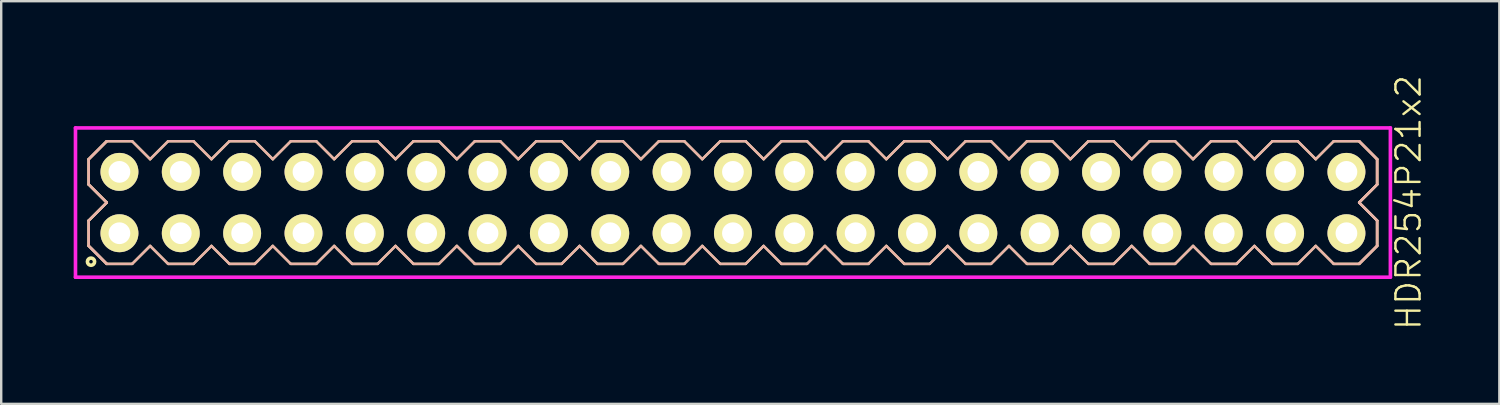
<source format=kicad_pcb>
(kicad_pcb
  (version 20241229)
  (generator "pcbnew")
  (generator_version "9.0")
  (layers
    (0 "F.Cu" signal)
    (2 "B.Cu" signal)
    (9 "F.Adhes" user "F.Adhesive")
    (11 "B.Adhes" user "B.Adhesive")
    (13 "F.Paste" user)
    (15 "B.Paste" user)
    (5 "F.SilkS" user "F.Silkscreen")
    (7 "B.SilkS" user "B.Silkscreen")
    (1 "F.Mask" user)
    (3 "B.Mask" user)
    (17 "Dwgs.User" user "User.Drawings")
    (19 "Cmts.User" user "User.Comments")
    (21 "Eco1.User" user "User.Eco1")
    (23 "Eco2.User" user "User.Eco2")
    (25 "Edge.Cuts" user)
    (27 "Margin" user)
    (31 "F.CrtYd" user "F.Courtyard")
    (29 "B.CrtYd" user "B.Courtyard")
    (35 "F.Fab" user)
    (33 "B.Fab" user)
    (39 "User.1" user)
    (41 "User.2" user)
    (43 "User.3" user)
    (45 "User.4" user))
  (footprint "HDR254P21x2"
    (layer "F.Cu")
    (at 27.295 5.336)
    (property "Reference" "HDR254P21x2" (at 27.97 0 90) (layer "F.SilkS") (effects (font (size 1 1) (thickness 0.1))))
    (attr through_hole)
    (fp_line (start -26.67 -1.796) (end -25.926 -2.54) (stroke (width 0.1) (type solid)) (layer "F.SilkS"))
    (fp_line (start -26.67 -1.796) (end -25.926 -2.54) (stroke (width 0.1) (type solid)) (layer "F.SilkS"))
    (fp_line (start -26.67 -0.744) (end -26.67 -1.796) (stroke (width 0.1) (type solid)) (layer "F.SilkS"))
    (fp_line (start -26.67 -0.744) (end -26.67 -1.796) (stroke (width 0.1) (type solid)) (layer "F.SilkS"))
    (fp_line (start -26.67 0.744) (end -25.926 0) (stroke (width 0.1) (type solid)) (layer "F.SilkS"))
    (fp_line (start -26.67 0.744) (end -25.926 0) (stroke (width 0.1) (type solid)) (layer "F.SilkS"))
    (fp_line (start -26.67 1.796) (end -26.67 0.744) (stroke (width 0.1) (type solid)) (layer "F.SilkS"))
    (fp_line (start -26.67 1.796) (end -26.67 0.744) (stroke (width 0.1) (type solid)) (layer "F.SilkS"))
    (fp_line (start -25.926 -2.54) (end -24.874 -2.54) (stroke (width 0.1) (type solid)) (layer "F.SilkS"))
    (fp_line (start -25.926 0) (end -26.67 -0.744) (stroke (width 0.1) (type solid)) (layer "F.SilkS"))
    (fp_line (start -25.926 0) (end -26.67 -0.744) (stroke (width 0.1) (type solid)) (layer "F.SilkS"))
    (fp_line (start -25.926 2.54) (end -26.67 1.796) (stroke (width 0.1) (type solid)) (layer "F.SilkS"))
    (fp_line (start -25.926 2.54) (end -26.67 1.796) (stroke (width 0.1) (type solid)) (layer "F.SilkS"))
    (fp_line (start -24.874 -2.54) (end -24.13 -1.796) (stroke (width 0.1) (type solid)) (layer "F.SilkS"))
    (fp_line (start -24.874 2.54) (end -25.926 2.54) (stroke (width 0.1) (type solid)) (layer "F.SilkS"))
    (fp_line (start -24.13 -1.796) (end -23.386 -2.54) (stroke (width 0.1) (type solid)) (layer "F.SilkS"))
    (fp_line (start -24.13 1.796) (end -24.874 2.54) (stroke (width 0.1) (type solid)) (layer "F.SilkS"))
    (fp_line (start -23.386 -2.54) (end -22.334 -2.54) (stroke (width 0.1) (type solid)) (layer "F.SilkS"))
    (fp_line (start -23.386 2.54) (end -24.13 1.796) (stroke (width 0.1) (type solid)) (layer "F.SilkS"))
    (fp_line (start -22.334 -2.54) (end -21.59 -1.796) (stroke (width 0.1) (type solid)) (layer "F.SilkS"))
    (fp_line (start -22.334 2.54) (end -23.386 2.54) (stroke (width 0.1) (type solid)) (layer "F.SilkS"))
    (fp_line (start -21.59 -1.796) (end -20.846 -2.54) (stroke (width 0.1) (type solid)) (layer "F.SilkS"))
    (fp_line (start -21.59 1.796) (end -22.334 2.54) (stroke (width 0.1) (type solid)) (layer "F.SilkS"))
    (fp_line (start -20.846 -2.54) (end -19.794 -2.54) (stroke (width 0.1) (type solid)) (layer "F.SilkS"))
    (fp_line (start -20.846 2.54) (end -21.59 1.796) (stroke (width 0.1) (type solid)) (layer "F.SilkS"))
    (fp_line (start -19.794 -2.54) (end -19.05 -1.796) (stroke (width 0.1) (type solid)) (layer "F.SilkS"))
    (fp_line (start -19.794 2.54) (end -20.846 2.54) (stroke (width 0.1) (type solid)) (layer "F.SilkS"))
    (fp_line (start -19.05 -1.796) (end -18.306 -2.54) (stroke (width 0.1) (type solid)) (layer "F.SilkS"))
    (fp_line (start -19.05 1.796) (end -19.794 2.54) (stroke (width 0.1) (type solid)) (layer "F.SilkS"))
    (fp_line (start -18.306 -2.54) (end -17.254 -2.54) (stroke (width 0.1) (type solid)) (layer "F.SilkS"))
    (fp_line (start -18.306 2.54) (end -19.05 1.796) (stroke (width 0.1) (type solid)) (layer "F.SilkS"))
    (fp_line (start -17.254 -2.54) (end -16.51 -1.796) (stroke (width 0.1) (type solid)) (layer "F.SilkS"))
    (fp_line (start -17.254 2.54) (end -18.306 2.54) (stroke (width 0.1) (type solid)) (layer "F.SilkS"))
    (fp_line (start -16.51 -1.796) (end -15.766 -2.54) (stroke (width 0.1) (type solid)) (layer "F.SilkS"))
    (fp_line (start -16.51 1.796) (end -17.254 2.54) (stroke (width 0.1) (type solid)) (layer "F.SilkS"))
    (fp_line (start -15.766 -2.54) (end -14.714 -2.54) (stroke (width 0.1) (type solid)) (layer "F.SilkS"))
    (fp_line (start -15.766 2.54) (end -16.51 1.796) (stroke (width 0.1) (type solid)) (layer "F.SilkS"))
    (fp_line (start -14.714 -2.54) (end -13.97 -1.796) (stroke (width 0.1) (type solid)) (layer "F.SilkS"))
    (fp_line (start -14.714 2.54) (end -15.766 2.54) (stroke (width 0.1) (type solid)) (layer "F.SilkS"))
    (fp_line (start -13.97 -1.796) (end -13.226 -2.54) (stroke (width 0.1) (type solid)) (layer "F.SilkS"))
    (fp_line (start -13.97 1.796) (end -14.714 2.54) (stroke (width 0.1) (type solid)) (layer "F.SilkS"))
    (fp_line (start -13.226 -2.54) (end -12.174 -2.54) (stroke (width 0.1) (type solid)) (layer "F.SilkS"))
    (fp_line (start -13.226 2.54) (end -13.97 1.796) (stroke (width 0.1) (type solid)) (layer "F.SilkS"))
    (fp_line (start -12.174 -2.54) (end -11.43 -1.796) (stroke (width 0.1) (type solid)) (layer "F.SilkS"))
    (fp_line (start -12.174 2.54) (end -13.226 2.54) (stroke (width 0.1) (type solid)) (layer "F.SilkS"))
    (fp_line (start -11.43 -1.796) (end -10.686 -2.54) (stroke (width 0.1) (type solid)) (layer "F.SilkS"))
    (fp_line (start -11.43 1.796) (end -12.174 2.54) (stroke (width 0.1) (type solid)) (layer "F.SilkS"))
    (fp_line (start -10.686 -2.54) (end -9.634 -2.54) (stroke (width 0.1) (type solid)) (layer "F.SilkS"))
    (fp_line (start -10.686 2.54) (end -11.43 1.796) (stroke (width 0.1) (type solid)) (layer "F.SilkS"))
    (fp_line (start -9.634 -2.54) (end -8.89 -1.796) (stroke (width 0.1) (type solid)) (layer "F.SilkS"))
    (fp_line (start -9.634 2.54) (end -10.686 2.54) (stroke (width 0.1) (type solid)) (layer "F.SilkS"))
    (fp_line (start -8.89 -1.796) (end -8.146 -2.54) (stroke (width 0.1) (type solid)) (layer "F.SilkS"))
    (fp_line (start -8.89 1.796) (end -9.634 2.54) (stroke (width 0.1) (type solid)) (layer "F.SilkS"))
    (fp_line (start -8.146 -2.54) (end -7.094 -2.54) (stroke (width 0.1) (type solid)) (layer "F.SilkS"))
    (fp_line (start -8.146 2.54) (end -8.89 1.796) (stroke (width 0.1) (type solid)) (layer "F.SilkS"))
    (fp_line (start -7.094 -2.54) (end -6.35 -1.796) (stroke (width 0.1) (type solid)) (layer "F.SilkS"))
    (fp_line (start -7.094 2.54) (end -8.146 2.54) (stroke (width 0.1) (type solid)) (layer "F.SilkS"))
    (fp_line (start -6.35 -1.796) (end -5.606 -2.54) (stroke (width 0.1) (type solid)) (layer "F.SilkS"))
    (fp_line (start -6.35 1.796) (end -7.094 2.54) (stroke (width 0.1) (type solid)) (layer "F.SilkS"))
    (fp_line (start -5.606 -2.54) (end -4.554 -2.54) (stroke (width 0.1) (type solid)) (layer "F.SilkS"))
    (fp_line (start -5.606 2.54) (end -6.35 1.796) (stroke (width 0.1) (type solid)) (layer "F.SilkS"))
    (fp_line (start -4.554 -2.54) (end -3.81 -1.796) (stroke (width 0.1) (type solid)) (layer "F.SilkS"))
    (fp_line (start -4.554 2.54) (end -5.606 2.54) (stroke (width 0.1) (type solid)) (layer "F.SilkS"))
    (fp_line (start -3.81 -1.796) (end -3.066 -2.54) (stroke (width 0.1) (type solid)) (layer "F.SilkS"))
    (fp_line (start -3.81 1.796) (end -4.554 2.54) (stroke (width 0.1) (type solid)) (layer "F.SilkS"))
    (fp_line (start -3.066 -2.54) (end -2.014 -2.54) (stroke (width 0.1) (type solid)) (layer "F.SilkS"))
    (fp_line (start -3.066 2.54) (end -3.81 1.796) (stroke (width 0.1) (type solid)) (layer "F.SilkS"))
    (fp_line (start -2.014 -2.54) (end -1.27 -1.796) (stroke (width 0.1) (type solid)) (layer "F.SilkS"))
    (fp_line (start -2.014 2.54) (end -3.066 2.54) (stroke (width 0.1) (type solid)) (layer "F.SilkS"))
    (fp_line (start -1.27 -1.796) (end -0.526 -2.54) (stroke (width 0.1) (type solid)) (layer "F.SilkS"))
    (fp_line (start -1.27 1.796) (end -2.014 2.54) (stroke (width 0.1) (type solid)) (layer "F.SilkS"))
    (fp_line (start -0.526 -2.54) (end 0.526 -2.54) (stroke (width 0.1) (type solid)) (layer "F.SilkS"))
    (fp_line (start -0.526 2.54) (end -1.27 1.796) (stroke (width 0.1) (type solid)) (layer "F.SilkS"))
    (fp_line (start 0.526 -2.54) (end 1.27 -1.796) (stroke (width 0.1) (type solid)) (layer "F.SilkS"))
    (fp_line (start 0.526 2.54) (end -0.526 2.54) (stroke (width 0.1) (type solid)) (layer "F.SilkS"))
    (fp_line (start 1.27 -1.796) (end 2.014 -2.54) (stroke (width 0.1) (type solid)) (layer "F.SilkS"))
    (fp_line (start 1.27 1.796) (end 0.526 2.54) (stroke (width 0.1) (type solid)) (layer "F.SilkS"))
    (fp_line (start 2.014 -2.54) (end 3.066 -2.54) (stroke (width 0.1) (type solid)) (layer "F.SilkS"))
    (fp_line (start 2.014 2.54) (end 1.27 1.796) (stroke (width 0.1) (type solid)) (layer "F.SilkS"))
    (fp_line (start 3.066 -2.54) (end 3.81 -1.796) (stroke (width 0.1) (type solid)) (layer "F.SilkS"))
    (fp_line (start 3.066 2.54) (end 2.014 2.54) (stroke (width 0.1) (type solid)) (layer "F.SilkS"))
    (fp_line (start 3.81 -1.796) (end 4.554 -2.54) (stroke (width 0.1) (type solid)) (layer "F.SilkS"))
    (fp_line (start 3.81 1.796) (end 3.066 2.54) (stroke (width 0.1) (type solid)) (layer "F.SilkS"))
    (fp_line (start 4.554 -2.54) (end 5.606 -2.54) (stroke (width 0.1) (type solid)) (layer "F.SilkS"))
    (fp_line (start 4.554 2.54) (end 3.81 1.796) (stroke (width 0.1) (type solid)) (layer "F.SilkS"))
    (fp_line (start 5.606 -2.54) (end 6.35 -1.796) (stroke (width 0.1) (type solid)) (layer "F.SilkS"))
    (fp_line (start 5.606 2.54) (end 4.554 2.54) (stroke (width 0.1) (type solid)) (layer "F.SilkS"))
    (fp_line (start 6.35 -1.796) (end 7.094 -2.54) (stroke (width 0.1) (type solid)) (layer "F.SilkS"))
    (fp_line (start 6.35 1.796) (end 5.606 2.54) (stroke (width 0.1) (type solid)) (layer "F.SilkS"))
    (fp_line (start 7.094 -2.54) (end 8.146 -2.54) (stroke (width 0.1) (type solid)) (layer "F.SilkS"))
    (fp_line (start 7.094 2.54) (end 6.35 1.796) (stroke (width 0.1) (type solid)) (layer "F.SilkS"))
    (fp_line (start 8.146 -2.54) (end 8.89 -1.796) (stroke (width 0.1) (type solid)) (layer "F.SilkS"))
    (fp_line (start 8.146 2.54) (end 7.094 2.54) (stroke (width 0.1) (type solid)) (layer "F.SilkS"))
    (fp_line (start 8.89 -1.796) (end 9.634 -2.54) (stroke (width 0.1) (type solid)) (layer "F.SilkS"))
    (fp_line (start 8.89 1.796) (end 8.146 2.54) (stroke (width 0.1) (type solid)) (layer "F.SilkS"))
    (fp_line (start 9.634 -2.54) (end 10.686 -2.54) (stroke (width 0.1) (type solid)) (layer "F.SilkS"))
    (fp_line (start 9.634 2.54) (end 8.89 1.796) (stroke (width 0.1) (type solid)) (layer "F.SilkS"))
    (fp_line (start 10.686 -2.54) (end 11.43 -1.796) (stroke (width 0.1) (type solid)) (layer "F.SilkS"))
    (fp_line (start 10.686 2.54) (end 9.634 2.54) (stroke (width 0.1) (type solid)) (layer "F.SilkS"))
    (fp_line (start 11.43 -1.796) (end 12.174 -2.54) (stroke (width 0.1) (type solid)) (layer "F.SilkS"))
    (fp_line (start 11.43 1.796) (end 10.686 2.54) (stroke (width 0.1) (type solid)) (layer "F.SilkS"))
    (fp_line (start 12.174 -2.54) (end 13.226 -2.54) (stroke (width 0.1) (type solid)) (layer "F.SilkS"))
    (fp_line (start 12.174 2.54) (end 11.43 1.796) (stroke (width 0.1) (type solid)) (layer "F.SilkS"))
    (fp_line (start 13.226 -2.54) (end 13.97 -1.796) (stroke (width 0.1) (type solid)) (layer "F.SilkS"))
    (fp_line (start 13.226 2.54) (end 12.174 2.54) (stroke (width 0.1) (type solid)) (layer "F.SilkS"))
    (fp_line (start 13.97 -1.796) (end 14.714 -2.54) (stroke (width 0.1) (type solid)) (layer "F.SilkS"))
    (fp_line (start 13.97 1.796) (end 13.226 2.54) (stroke (width 0.1) (type solid)) (layer "F.SilkS"))
    (fp_line (start 14.714 -2.54) (end 15.766 -2.54) (stroke (width 0.1) (type solid)) (layer "F.SilkS"))
    (fp_line (start 14.714 2.54) (end 13.97 1.796) (stroke (width 0.1) (type solid)) (layer "F.SilkS"))
    (fp_line (start 15.766 -2.54) (end 16.51 -1.796) (stroke (width 0.1) (type solid)) (layer "F.SilkS"))
    (fp_line (start 15.766 2.54) (end 14.714 2.54) (stroke (width 0.1) (type solid)) (layer "F.SilkS"))
    (fp_line (start 16.51 -1.796) (end 17.254 -2.54) (stroke (width 0.1) (type solid)) (layer "F.SilkS"))
    (fp_line (start 16.51 1.796) (end 15.766 2.54) (stroke (width 0.1) (type solid)) (layer "F.SilkS"))
    (fp_line (start 17.254 -2.54) (end 18.306 -2.54) (stroke (width 0.1) (type solid)) (layer "F.SilkS"))
    (fp_line (start 17.254 2.54) (end 16.51 1.796) (stroke (width 0.1) (type solid)) (layer "F.SilkS"))
    (fp_line (start 18.306 -2.54) (end 19.05 -1.796) (stroke (width 0.1) (type solid)) (layer "F.SilkS"))
    (fp_line (start 18.306 2.54) (end 17.254 2.54) (stroke (width 0.1) (type solid)) (layer "F.SilkS"))
    (fp_line (start 19.05 -1.796) (end 19.794 -2.54) (stroke (width 0.1) (type solid)) (layer "F.SilkS"))
    (fp_line (start 19.05 1.796) (end 18.306 2.54) (stroke (width 0.1) (type solid)) (layer "F.SilkS"))
    (fp_line (start 19.794 -2.54) (end 20.846 -2.54) (stroke (width 0.1) (type solid)) (layer "F.SilkS"))
    (fp_line (start 19.794 2.54) (end 19.05 1.796) (stroke (width 0.1) (type solid)) (layer "F.SilkS"))
    (fp_line (start 20.846 -2.54) (end 21.59 -1.796) (stroke (width 0.1) (type solid)) (layer "F.SilkS"))
    (fp_line (start 20.846 2.54) (end 19.794 2.54) (stroke (width 0.1) (type solid)) (layer "F.SilkS"))
    (fp_line (start 21.59 -1.796) (end 22.334 -2.54) (stroke (width 0.1) (type solid)) (layer "F.SilkS"))
    (fp_line (start 21.59 1.796) (end 20.846 2.54) (stroke (width 0.1) (type solid)) (layer "F.SilkS"))
    (fp_line (start 22.334 -2.54) (end 23.386 -2.54) (stroke (width 0.1) (type solid)) (layer "F.SilkS"))
    (fp_line (start 22.334 2.54) (end 21.59 1.796) (stroke (width 0.1) (type solid)) (layer "F.SilkS"))
    (fp_line (start 23.386 -2.54) (end 24.13 -1.796) (stroke (width 0.1) (type solid)) (layer "F.SilkS"))
    (fp_line (start 23.386 2.54) (end 22.334 2.54) (stroke (width 0.1) (type solid)) (layer "F.SilkS"))
    (fp_line (start 24.13 -1.796) (end 24.874 -2.54) (stroke (width 0.1) (type solid)) (layer "F.SilkS"))
    (fp_line (start 24.13 1.796) (end 23.386 2.54) (stroke (width 0.1) (type solid)) (layer "F.SilkS"))
    (fp_line (start 24.874 -2.54) (end 25.926 -2.54) (stroke (width 0.1) (type solid)) (layer "F.SilkS"))
    (fp_line (start 24.874 2.54) (end 24.13 1.796) (stroke (width 0.1) (type solid)) (layer "F.SilkS"))
    (fp_line (start 25.926 -2.54) (end 26.67 -1.796) (stroke (width 0.1) (type solid)) (layer "F.SilkS"))
    (fp_line (start 25.926 -2.54) (end 26.67 -1.796) (stroke (width 0.1) (type solid)) (layer "F.SilkS"))
    (fp_line (start 25.926 0) (end 26.67 0.744) (stroke (width 0.1) (type solid)) (layer "F.SilkS"))
    (fp_line (start 25.926 0) (end 26.67 0.744) (stroke (width 0.1) (type solid)) (layer "F.SilkS"))
    (fp_line (start 25.926 2.54) (end 24.874 2.54) (stroke (width 0.1) (type solid)) (layer "F.SilkS"))
    (fp_line (start 26.67 -1.796) (end 26.67 -0.744) (stroke (width 0.1) (type solid)) (layer "F.SilkS"))
    (fp_line (start 26.67 -1.796) (end 26.67 -0.744) (stroke (width 0.1) (type solid)) (layer "F.SilkS"))
    (fp_line (start 26.67 -0.744) (end 25.926 0) (stroke (width 0.1) (type solid)) (layer "F.SilkS"))
    (fp_line (start 26.67 -0.744) (end 25.926 0) (stroke (width 0.1) (type solid)) (layer "F.SilkS"))
    (fp_line (start 26.67 0.744) (end 26.67 1.796) (stroke (width 0.1) (type solid)) (layer "F.SilkS"))
    (fp_line (start 26.67 0.744) (end 26.67 1.796) (stroke (width 0.1) (type solid)) (layer "F.SilkS"))
    (fp_line (start 26.67 1.796) (end 25.926 2.54) (stroke (width 0.1) (type solid)) (layer "F.SilkS"))
    (fp_line (start 26.67 1.796) (end 25.926 2.54) (stroke (width 0.1) (type solid)) (layer "F.SilkS"))
    (fp_circle (center -26.577 2.448) (end -26.428 2.448) (stroke (width 0.15) (type solid)) (fill no) (layer "F.SilkS"))
    (fp_line (start -26.67 -1.796) (end -25.926 -2.54) (stroke (width 0.1) (type solid)) (layer "B.SilkS"))
    (fp_line (start -26.67 -1.796) (end -25.926 -2.54) (stroke (width 0.1) (type solid)) (layer "B.SilkS"))
    (fp_line (start -26.67 -0.744) (end -26.67 -1.796) (stroke (width 0.1) (type solid)) (layer "B.SilkS"))
    (fp_line (start -26.67 -0.744) (end -26.67 -1.796) (stroke (width 0.1) (type solid)) (layer "B.SilkS"))
    (fp_line (start -26.67 0.744) (end -25.926 0) (stroke (width 0.1) (type solid)) (layer "B.SilkS"))
    (fp_line (start -26.67 0.744) (end -25.926 0) (stroke (width 0.1) (type solid)) (layer "B.SilkS"))
    (fp_line (start -26.67 1.796) (end -26.67 0.744) (stroke (width 0.1) (type solid)) (layer "B.SilkS"))
    (fp_line (start -26.67 1.796) (end -26.67 0.744) (stroke (width 0.1) (type solid)) (layer "B.SilkS"))
    (fp_line (start -25.926 -2.54) (end -24.874 -2.54) (stroke (width 0.1) (type solid)) (layer "B.SilkS"))
    (fp_line (start -25.926 0) (end -26.67 -0.744) (stroke (width 0.1) (type solid)) (layer "B.SilkS"))
    (fp_line (start -25.926 0) (end -26.67 -0.744) (stroke (width 0.1) (type solid)) (layer "B.SilkS"))
    (fp_line (start -25.926 2.54) (end -26.67 1.796) (stroke (width 0.1) (type solid)) (layer "B.SilkS"))
    (fp_line (start -25.926 2.54) (end -26.67 1.796) (stroke (width 0.1) (type solid)) (layer "B.SilkS"))
    (fp_line (start -24.874 -2.54) (end -24.13 -1.796) (stroke (width 0.1) (type solid)) (layer "B.SilkS"))
    (fp_line (start -24.874 2.54) (end -25.926 2.54) (stroke (width 0.1) (type solid)) (layer "B.SilkS"))
    (fp_line (start -24.13 -1.796) (end -23.386 -2.54) (stroke (width 0.1) (type solid)) (layer "B.SilkS"))
    (fp_line (start -24.13 1.796) (end -24.874 2.54) (stroke (width 0.1) (type solid)) (layer "B.SilkS"))
    (fp_line (start -23.386 -2.54) (end -22.334 -2.54) (stroke (width 0.1) (type solid)) (layer "B.SilkS"))
    (fp_line (start -23.386 2.54) (end -24.13 1.796) (stroke (width 0.1) (type solid)) (layer "B.SilkS"))
    (fp_line (start -22.334 -2.54) (end -21.59 -1.796) (stroke (width 0.1) (type solid)) (layer "B.SilkS"))
    (fp_line (start -22.334 2.54) (end -23.386 2.54) (stroke (width 0.1) (type solid)) (layer "B.SilkS"))
    (fp_line (start -21.59 -1.796) (end -20.846 -2.54) (stroke (width 0.1) (type solid)) (layer "B.SilkS"))
    (fp_line (start -21.59 1.796) (end -22.334 2.54) (stroke (width 0.1) (type solid)) (layer "B.SilkS"))
    (fp_line (start -20.846 -2.54) (end -19.794 -2.54) (stroke (width 0.1) (type solid)) (layer "B.SilkS"))
    (fp_line (start -20.846 2.54) (end -21.59 1.796) (stroke (width 0.1) (type solid)) (layer "B.SilkS"))
    (fp_line (start -19.794 -2.54) (end -19.05 -1.796) (stroke (width 0.1) (type solid)) (layer "B.SilkS"))
    (fp_line (start -19.794 2.54) (end -20.846 2.54) (stroke (width 0.1) (type solid)) (layer "B.SilkS"))
    (fp_line (start -19.05 -1.796) (end -18.306 -2.54) (stroke (width 0.1) (type solid)) (layer "B.SilkS"))
    (fp_line (start -19.05 1.796) (end -19.794 2.54) (stroke (width 0.1) (type solid)) (layer "B.SilkS"))
    (fp_line (start -18.306 -2.54) (end -17.254 -2.54) (stroke (width 0.1) (type solid)) (layer "B.SilkS"))
    (fp_line (start -18.306 2.54) (end -19.05 1.796) (stroke (width 0.1) (type solid)) (layer "B.SilkS"))
    (fp_line (start -17.254 -2.54) (end -16.51 -1.796) (stroke (width 0.1) (type solid)) (layer "B.SilkS"))
    (fp_line (start -17.254 2.54) (end -18.306 2.54) (stroke (width 0.1) (type solid)) (layer "B.SilkS"))
    (fp_line (start -16.51 -1.796) (end -15.766 -2.54) (stroke (width 0.1) (type solid)) (layer "B.SilkS"))
    (fp_line (start -16.51 1.796) (end -17.254 2.54) (stroke (width 0.1) (type solid)) (layer "B.SilkS"))
    (fp_line (start -15.766 -2.54) (end -14.714 -2.54) (stroke (width 0.1) (type solid)) (layer "B.SilkS"))
    (fp_line (start -15.766 2.54) (end -16.51 1.796) (stroke (width 0.1) (type solid)) (layer "B.SilkS"))
    (fp_line (start -14.714 -2.54) (end -13.97 -1.796) (stroke (width 0.1) (type solid)) (layer "B.SilkS"))
    (fp_line (start -14.714 2.54) (end -15.766 2.54) (stroke (width 0.1) (type solid)) (layer "B.SilkS"))
    (fp_line (start -13.97 -1.796) (end -13.226 -2.54) (stroke (width 0.1) (type solid)) (layer "B.SilkS"))
    (fp_line (start -13.97 1.796) (end -14.714 2.54) (stroke (width 0.1) (type solid)) (layer "B.SilkS"))
    (fp_line (start -13.226 -2.54) (end -12.174 -2.54) (stroke (width 0.1) (type solid)) (layer "B.SilkS"))
    (fp_line (start -13.226 2.54) (end -13.97 1.796) (stroke (width 0.1) (type solid)) (layer "B.SilkS"))
    (fp_line (start -12.174 -2.54) (end -11.43 -1.796) (stroke (width 0.1) (type solid)) (layer "B.SilkS"))
    (fp_line (start -12.174 2.54) (end -13.226 2.54) (stroke (width 0.1) (type solid)) (layer "B.SilkS"))
    (fp_line (start -11.43 -1.796) (end -10.686 -2.54) (stroke (width 0.1) (type solid)) (layer "B.SilkS"))
    (fp_line (start -11.43 1.796) (end -12.174 2.54) (stroke (width 0.1) (type solid)) (layer "B.SilkS"))
    (fp_line (start -10.686 -2.54) (end -9.634 -2.54) (stroke (width 0.1) (type solid)) (layer "B.SilkS"))
    (fp_line (start -10.686 2.54) (end -11.43 1.796) (stroke (width 0.1) (type solid)) (layer "B.SilkS"))
    (fp_line (start -9.634 -2.54) (end -8.89 -1.796) (stroke (width 0.1) (type solid)) (layer "B.SilkS"))
    (fp_line (start -9.634 2.54) (end -10.686 2.54) (stroke (width 0.1) (type solid)) (layer "B.SilkS"))
    (fp_line (start -8.89 -1.796) (end -8.146 -2.54) (stroke (width 0.1) (type solid)) (layer "B.SilkS"))
    (fp_line (start -8.89 1.796) (end -9.634 2.54) (stroke (width 0.1) (type solid)) (layer "B.SilkS"))
    (fp_line (start -8.146 -2.54) (end -7.094 -2.54) (stroke (width 0.1) (type solid)) (layer "B.SilkS"))
    (fp_line (start -8.146 2.54) (end -8.89 1.796) (stroke (width 0.1) (type solid)) (layer "B.SilkS"))
    (fp_line (start -7.094 -2.54) (end -6.35 -1.796) (stroke (width 0.1) (type solid)) (layer "B.SilkS"))
    (fp_line (start -7.094 2.54) (end -8.146 2.54) (stroke (width 0.1) (type solid)) (layer "B.SilkS"))
    (fp_line (start -6.35 -1.796) (end -5.606 -2.54) (stroke (width 0.1) (type solid)) (layer "B.SilkS"))
    (fp_line (start -6.35 1.796) (end -7.094 2.54) (stroke (width 0.1) (type solid)) (layer "B.SilkS"))
    (fp_line (start -5.606 -2.54) (end -4.554 -2.54) (stroke (width 0.1) (type solid)) (layer "B.SilkS"))
    (fp_line (start -5.606 2.54) (end -6.35 1.796) (stroke (width 0.1) (type solid)) (layer "B.SilkS"))
    (fp_line (start -4.554 -2.54) (end -3.81 -1.796) (stroke (width 0.1) (type solid)) (layer "B.SilkS"))
    (fp_line (start -4.554 2.54) (end -5.606 2.54) (stroke (width 0.1) (type solid)) (layer "B.SilkS"))
    (fp_line (start -3.81 -1.796) (end -3.066 -2.54) (stroke (width 0.1) (type solid)) (layer "B.SilkS"))
    (fp_line (start -3.81 1.796) (end -4.554 2.54) (stroke (width 0.1) (type solid)) (layer "B.SilkS"))
    (fp_line (start -3.066 -2.54) (end -2.014 -2.54) (stroke (width 0.1) (type solid)) (layer "B.SilkS"))
    (fp_line (start -3.066 2.54) (end -3.81 1.796) (stroke (width 0.1) (type solid)) (layer "B.SilkS"))
    (fp_line (start -2.014 -2.54) (end -1.27 -1.796) (stroke (width 0.1) (type solid)) (layer "B.SilkS"))
    (fp_line (start -2.014 2.54) (end -3.066 2.54) (stroke (width 0.1) (type solid)) (layer "B.SilkS"))
    (fp_line (start -1.27 -1.796) (end -0.526 -2.54) (stroke (width 0.1) (type solid)) (layer "B.SilkS"))
    (fp_line (start -1.27 1.796) (end -2.014 2.54) (stroke (width 0.1) (type solid)) (layer "B.SilkS"))
    (fp_line (start -0.526 -2.54) (end 0.526 -2.54) (stroke (width 0.1) (type solid)) (layer "B.SilkS"))
    (fp_line (start -0.526 2.54) (end -1.27 1.796) (stroke (width 0.1) (type solid)) (layer "B.SilkS"))
    (fp_line (start 0.526 -2.54) (end 1.27 -1.796) (stroke (width 0.1) (type solid)) (layer "B.SilkS"))
    (fp_line (start 0.526 2.54) (end -0.526 2.54) (stroke (width 0.1) (type solid)) (layer "B.SilkS"))
    (fp_line (start 1.27 -1.796) (end 2.014 -2.54) (stroke (width 0.1) (type solid)) (layer "B.SilkS"))
    (fp_line (start 1.27 1.796) (end 0.526 2.54) (stroke (width 0.1) (type solid)) (layer "B.SilkS"))
    (fp_line (start 2.014 -2.54) (end 3.066 -2.54) (stroke (width 0.1) (type solid)) (layer "B.SilkS"))
    (fp_line (start 2.014 2.54) (end 1.27 1.796) (stroke (width 0.1) (type solid)) (layer "B.SilkS"))
    (fp_line (start 3.066 -2.54) (end 3.81 -1.796) (stroke (width 0.1) (type solid)) (layer "B.SilkS"))
    (fp_line (start 3.066 2.54) (end 2.014 2.54) (stroke (width 0.1) (type solid)) (layer "B.SilkS"))
    (fp_line (start 3.81 -1.796) (end 4.554 -2.54) (stroke (width 0.1) (type solid)) (layer "B.SilkS"))
    (fp_line (start 3.81 1.796) (end 3.066 2.54) (stroke (width 0.1) (type solid)) (layer "B.SilkS"))
    (fp_line (start 4.554 -2.54) (end 5.606 -2.54) (stroke (width 0.1) (type solid)) (layer "B.SilkS"))
    (fp_line (start 4.554 2.54) (end 3.81 1.796) (stroke (width 0.1) (type solid)) (layer "B.SilkS"))
    (fp_line (start 5.606 -2.54) (end 6.35 -1.796) (stroke (width 0.1) (type solid)) (layer "B.SilkS"))
    (fp_line (start 5.606 2.54) (end 4.554 2.54) (stroke (width 0.1) (type solid)) (layer "B.SilkS"))
    (fp_line (start 6.35 -1.796) (end 7.094 -2.54) (stroke (width 0.1) (type solid)) (layer "B.SilkS"))
    (fp_line (start 6.35 1.796) (end 5.606 2.54) (stroke (width 0.1) (type solid)) (layer "B.SilkS"))
    (fp_line (start 7.094 -2.54) (end 8.146 -2.54) (stroke (width 0.1) (type solid)) (layer "B.SilkS"))
    (fp_line (start 7.094 2.54) (end 6.35 1.796) (stroke (width 0.1) (type solid)) (layer "B.SilkS"))
    (fp_line (start 8.146 -2.54) (end 8.89 -1.796) (stroke (width 0.1) (type solid)) (layer "B.SilkS"))
    (fp_line (start 8.146 2.54) (end 7.094 2.54) (stroke (width 0.1) (type solid)) (layer "B.SilkS"))
    (fp_line (start 8.89 -1.796) (end 9.634 -2.54) (stroke (width 0.1) (type solid)) (layer "B.SilkS"))
    (fp_line (start 8.89 1.796) (end 8.146 2.54) (stroke (width 0.1) (type solid)) (layer "B.SilkS"))
    (fp_line (start 9.634 -2.54) (end 10.686 -2.54) (stroke (width 0.1) (type solid)) (layer "B.SilkS"))
    (fp_line (start 9.634 2.54) (end 8.89 1.796) (stroke (width 0.1) (type solid)) (layer "B.SilkS"))
    (fp_line (start 10.686 -2.54) (end 11.43 -1.796) (stroke (width 0.1) (type solid)) (layer "B.SilkS"))
    (fp_line (start 10.686 2.54) (end 9.634 2.54) (stroke (width 0.1) (type solid)) (layer "B.SilkS"))
    (fp_line (start 11.43 -1.796) (end 12.174 -2.54) (stroke (width 0.1) (type solid)) (layer "B.SilkS"))
    (fp_line (start 11.43 1.796) (end 10.686 2.54) (stroke (width 0.1) (type solid)) (layer "B.SilkS"))
    (fp_line (start 12.174 -2.54) (end 13.226 -2.54) (stroke (width 0.1) (type solid)) (layer "B.SilkS"))
    (fp_line (start 12.174 2.54) (end 11.43 1.796) (stroke (width 0.1) (type solid)) (layer "B.SilkS"))
    (fp_line (start 13.226 -2.54) (end 13.97 -1.796) (stroke (width 0.1) (type solid)) (layer "B.SilkS"))
    (fp_line (start 13.226 2.54) (end 12.174 2.54) (stroke (width 0.1) (type solid)) (layer "B.SilkS"))
    (fp_line (start 13.97 -1.796) (end 14.714 -2.54) (stroke (width 0.1) (type solid)) (layer "B.SilkS"))
    (fp_line (start 13.97 1.796) (end 13.226 2.54) (stroke (width 0.1) (type solid)) (layer "B.SilkS"))
    (fp_line (start 14.714 -2.54) (end 15.766 -2.54) (stroke (width 0.1) (type solid)) (layer "B.SilkS"))
    (fp_line (start 14.714 2.54) (end 13.97 1.796) (stroke (width 0.1) (type solid)) (layer "B.SilkS"))
    (fp_line (start 15.766 -2.54) (end 16.51 -1.796) (stroke (width 0.1) (type solid)) (layer "B.SilkS"))
    (fp_line (start 15.766 2.54) (end 14.714 2.54) (stroke (width 0.1) (type solid)) (layer "B.SilkS"))
    (fp_line (start 16.51 -1.796) (end 17.254 -2.54) (stroke (width 0.1) (type solid)) (layer "B.SilkS"))
    (fp_line (start 16.51 1.796) (end 15.766 2.54) (stroke (width 0.1) (type solid)) (layer "B.SilkS"))
    (fp_line (start 17.254 -2.54) (end 18.306 -2.54) (stroke (width 0.1) (type solid)) (layer "B.SilkS"))
    (fp_line (start 17.254 2.54) (end 16.51 1.796) (stroke (width 0.1) (type solid)) (layer "B.SilkS"))
    (fp_line (start 18.306 -2.54) (end 19.05 -1.796) (stroke (width 0.1) (type solid)) (layer "B.SilkS"))
    (fp_line (start 18.306 2.54) (end 17.254 2.54) (stroke (width 0.1) (type solid)) (layer "B.SilkS"))
    (fp_line (start 19.05 -1.796) (end 19.794 -2.54) (stroke (width 0.1) (type solid)) (layer "B.SilkS"))
    (fp_line (start 19.05 1.796) (end 18.306 2.54) (stroke (width 0.1) (type solid)) (layer "B.SilkS"))
    (fp_line (start 19.794 -2.54) (end 20.846 -2.54) (stroke (width 0.1) (type solid)) (layer "B.SilkS"))
    (fp_line (start 19.794 2.54) (end 19.05 1.796) (stroke (width 0.1) (type solid)) (layer "B.SilkS"))
    (fp_line (start 20.846 -2.54) (end 21.59 -1.796) (stroke (width 0.1) (type solid)) (layer "B.SilkS"))
    (fp_line (start 20.846 2.54) (end 19.794 2.54) (stroke (width 0.1) (type solid)) (layer "B.SilkS"))
    (fp_line (start 21.59 -1.796) (end 22.334 -2.54) (stroke (width 0.1) (type solid)) (layer "B.SilkS"))
    (fp_line (start 21.59 1.796) (end 20.846 2.54) (stroke (width 0.1) (type solid)) (layer "B.SilkS"))
    (fp_line (start 22.334 -2.54) (end 23.386 -2.54) (stroke (width 0.1) (type solid)) (layer "B.SilkS"))
    (fp_line (start 22.334 2.54) (end 21.59 1.796) (stroke (width 0.1) (type solid)) (layer "B.SilkS"))
    (fp_line (start 23.386 -2.54) (end 24.13 -1.796) (stroke (width 0.1) (type solid)) (layer "B.SilkS"))
    (fp_line (start 23.386 2.54) (end 22.334 2.54) (stroke (width 0.1) (type solid)) (layer "B.SilkS"))
    (fp_line (start 24.13 -1.796) (end 24.874 -2.54) (stroke (width 0.1) (type solid)) (layer "B.SilkS"))
    (fp_line (start 24.13 1.796) (end 23.386 2.54) (stroke (width 0.1) (type solid)) (layer "B.SilkS"))
    (fp_line (start 24.874 -2.54) (end 25.926 -2.54) (stroke (width 0.1) (type solid)) (layer "B.SilkS"))
    (fp_line (start 24.874 2.54) (end 24.13 1.796) (stroke (width 0.1) (type solid)) (layer "B.SilkS"))
    (fp_line (start 25.926 -2.54) (end 26.67 -1.796) (stroke (width 0.1) (type solid)) (layer "B.SilkS"))
    (fp_line (start 25.926 -2.54) (end 26.67 -1.796) (stroke (width 0.1) (type solid)) (layer "B.SilkS"))
    (fp_line (start 25.926 0) (end 26.67 0.744) (stroke (width 0.1) (type solid)) (layer "B.SilkS"))
    (fp_line (start 25.926 0) (end 26.67 0.744) (stroke (width 0.1) (type solid)) (layer "B.SilkS"))
    (fp_line (start 25.926 2.54) (end 24.874 2.54) (stroke (width 0.1) (type solid)) (layer "B.SilkS"))
    (fp_line (start 26.67 -1.796) (end 26.67 -0.744) (stroke (width 0.1) (type solid)) (layer "B.SilkS"))
    (fp_line (start 26.67 -1.796) (end 26.67 -0.744) (stroke (width 0.1) (type solid)) (layer "B.SilkS"))
    (fp_line (start 26.67 -0.744) (end 25.926 0) (stroke (width 0.1) (type solid)) (layer "B.SilkS"))
    (fp_line (start 26.67 -0.744) (end 25.926 0) (stroke (width 0.1) (type solid)) (layer "B.SilkS"))
    (fp_line (start 26.67 0.744) (end 26.67 1.796) (stroke (width 0.1) (type solid)) (layer "B.SilkS"))
    (fp_line (start 26.67 0.744) (end 26.67 1.796) (stroke (width 0.1) (type solid)) (layer "B.SilkS"))
    (fp_line (start 26.67 1.796) (end 25.926 2.54) (stroke (width 0.1) (type solid)) (layer "B.SilkS"))
    (fp_line (start 26.67 1.796) (end 25.926 2.54) (stroke (width 0.1) (type solid)) (layer "B.SilkS"))
    (fp_line (start -27.22 -3.09) (end -27.22 3.09) (stroke (width 0.15) (type solid)) (layer "F.CrtYd"))
    (fp_line (start -27.22 3.09) (end 27.22 3.09) (stroke (width 0.15) (type solid)) (layer "F.CrtYd"))
    (fp_line (start 27.22 -3.09) (end -27.22 -3.09) (stroke (width 0.15) (type solid)) (layer "F.CrtYd"))
    (fp_line (start 27.22 3.09) (end 27.22 -3.09) (stroke (width 0.15) (type solid)) (layer "F.CrtYd"))
    (pad "1" thru_hole oval (at -25.4 1.27) (size 1.57 1.57) (drill 0.9) (layers "*.Cu" "*.Mask" "F.SilkS"))
    (pad "2" thru_hole oval (at -25.4 -1.27) (size 1.57 1.57) (drill 0.9) (layers "*.Cu" "*.Mask" "F.SilkS"))
    (pad "3" thru_hole oval (at -22.86 1.27) (size 1.57 1.57) (drill 0.9) (layers "*.Cu" "*.Mask" "F.SilkS"))
    (pad "4" thru_hole oval (at -22.86 -1.27) (size 1.57 1.57) (drill 0.9) (layers "*.Cu" "*.Mask" "F.SilkS"))
    (pad "5" thru_hole oval (at -20.32 1.27) (size 1.57 1.57) (drill 0.9) (layers "*.Cu" "*.Mask" "F.SilkS"))
    (pad "6" thru_hole oval (at -20.32 -1.27) (size 1.57 1.57) (drill 0.9) (layers "*.Cu" "*.Mask" "F.SilkS"))
    (pad "7" thru_hole oval (at -17.78 1.27) (size 1.57 1.57) (drill 0.9) (layers "*.Cu" "*.Mask" "F.SilkS"))
    (pad "8" thru_hole oval (at -17.78 -1.27) (size 1.57 1.57) (drill 0.9) (layers "*.Cu" "*.Mask" "F.SilkS"))
    (pad "9" thru_hole oval (at -15.24 1.27) (size 1.57 1.57) (drill 0.9) (layers "*.Cu" "*.Mask" "F.SilkS"))
    (pad "10" thru_hole oval (at -15.24 -1.27) (size 1.57 1.57) (drill 0.9) (layers "*.Cu" "*.Mask" "F.SilkS"))
    (pad "11" thru_hole oval (at -12.7 1.27) (size 1.57 1.57) (drill 0.9) (layers "*.Cu" "*.Mask" "F.SilkS"))
    (pad "12" thru_hole oval (at -12.7 -1.27) (size 1.57 1.57) (drill 0.9) (layers "*.Cu" "*.Mask" "F.SilkS"))
    (pad "13" thru_hole oval (at -10.16 1.27) (size 1.57 1.57) (drill 0.9) (layers "*.Cu" "*.Mask" "F.SilkS"))
    (pad "14" thru_hole oval (at -10.16 -1.27) (size 1.57 1.57) (drill 0.9) (layers "*.Cu" "*.Mask" "F.SilkS"))
    (pad "15" thru_hole oval (at -7.62 1.27) (size 1.57 1.57) (drill 0.9) (layers "*.Cu" "*.Mask" "F.SilkS"))
    (pad "16" thru_hole oval (at -7.62 -1.27) (size 1.57 1.57) (drill 0.9) (layers "*.Cu" "*.Mask" "F.SilkS"))
    (pad "17" thru_hole oval (at -5.08 1.27) (size 1.57 1.57) (drill 0.9) (layers "*.Cu" "*.Mask" "F.SilkS"))
    (pad "18" thru_hole oval (at -5.08 -1.27) (size 1.57 1.57) (drill 0.9) (layers "*.Cu" "*.Mask" "F.SilkS"))
    (pad "19" thru_hole oval (at -2.54 1.27) (size 1.57 1.57) (drill 0.9) (layers "*.Cu" "*.Mask" "F.SilkS"))
    (pad "20" thru_hole oval (at -2.54 -1.27) (size 1.57 1.57) (drill 0.9) (layers "*.Cu" "*.Mask" "F.SilkS"))
    (pad "21" thru_hole oval (at 0 1.27) (size 1.57 1.57) (drill 0.9) (layers "*.Cu" "*.Mask" "F.SilkS"))
    (pad "22" thru_hole oval (at 0 -1.27) (size 1.57 1.57) (drill 0.9) (layers "*.Cu" "*.Mask" "F.SilkS"))
    (pad "23" thru_hole oval (at 2.54 1.27) (size 1.57 1.57) (drill 0.9) (layers "*.Cu" "*.Mask" "F.SilkS"))
    (pad "24" thru_hole oval (at 2.54 -1.27) (size 1.57 1.57) (drill 0.9) (layers "*.Cu" "*.Mask" "F.SilkS"))
    (pad "25" thru_hole oval (at 5.08 1.27) (size 1.57 1.57) (drill 0.9) (layers "*.Cu" "*.Mask" "F.SilkS"))
    (pad "26" thru_hole oval (at 5.08 -1.27) (size 1.57 1.57) (drill 0.9) (layers "*.Cu" "*.Mask" "F.SilkS"))
    (pad "27" thru_hole oval (at 7.62 1.27) (size 1.57 1.57) (drill 0.9) (layers "*.Cu" "*.Mask" "F.SilkS"))
    (pad "28" thru_hole oval (at 7.62 -1.27) (size 1.57 1.57) (drill 0.9) (layers "*.Cu" "*.Mask" "F.SilkS"))
    (pad "29" thru_hole oval (at 10.16 1.27) (size 1.57 1.57) (drill 0.9) (layers "*.Cu" "*.Mask" "F.SilkS"))
    (pad "30" thru_hole oval (at 10.16 -1.27) (size 1.57 1.57) (drill 0.9) (layers "*.Cu" "*.Mask" "F.SilkS"))
    (pad "31" thru_hole oval (at 12.7 1.27) (size 1.57 1.57) (drill 0.9) (layers "*.Cu" "*.Mask" "F.SilkS"))
    (pad "32" thru_hole oval (at 12.7 -1.27) (size 1.57 1.57) (drill 0.9) (layers "*.Cu" "*.Mask" "F.SilkS"))
    (pad "33" thru_hole oval (at 15.24 1.27) (size 1.57 1.57) (drill 0.9) (layers "*.Cu" "*.Mask" "F.SilkS"))
    (pad "34" thru_hole oval (at 15.24 -1.27) (size 1.57 1.57) (drill 0.9) (layers "*.Cu" "*.Mask" "F.SilkS"))
    (pad "35" thru_hole oval (at 17.78 1.27) (size 1.57 1.57) (drill 0.9) (layers "*.Cu" "*.Mask" "F.SilkS"))
    (pad "36" thru_hole oval (at 17.78 -1.27) (size 1.57 1.57) (drill 0.9) (layers "*.Cu" "*.Mask" "F.SilkS"))
    (pad "37" thru_hole oval (at 20.32 1.27) (size 1.57 1.57) (drill 0.9) (layers "*.Cu" "*.Mask" "F.SilkS"))
    (pad "38" thru_hole oval (at 20.32 -1.27) (size 1.57 1.57) (drill 0.9) (layers "*.Cu" "*.Mask" "F.SilkS"))
    (pad "39" thru_hole oval (at 22.86 1.27) (size 1.57 1.57) (drill 0.9) (layers "*.Cu" "*.Mask" "F.SilkS"))
    (pad "40" thru_hole oval (at 22.86 -1.27) (size 1.57 1.57) (drill 0.9) (layers "*.Cu" "*.Mask" "F.SilkS"))
    (pad "41" thru_hole oval (at 25.4 1.27) (size 1.57 1.57) (drill 0.9) (layers "*.Cu" "*.Mask" "F.SilkS"))
    (pad "42" thru_hole oval (at 25.4 -1.27) (size 1.57 1.57) (drill 0.9) (layers "*.Cu" "*.Mask" "F.SilkS")))
  (gr_rect
    (start -3 -3)
    (end 59.026 13.671)
    (stroke (width 0.1) (type default))
    (fill no)
    (layer "Edge.Cuts")))
</source>
